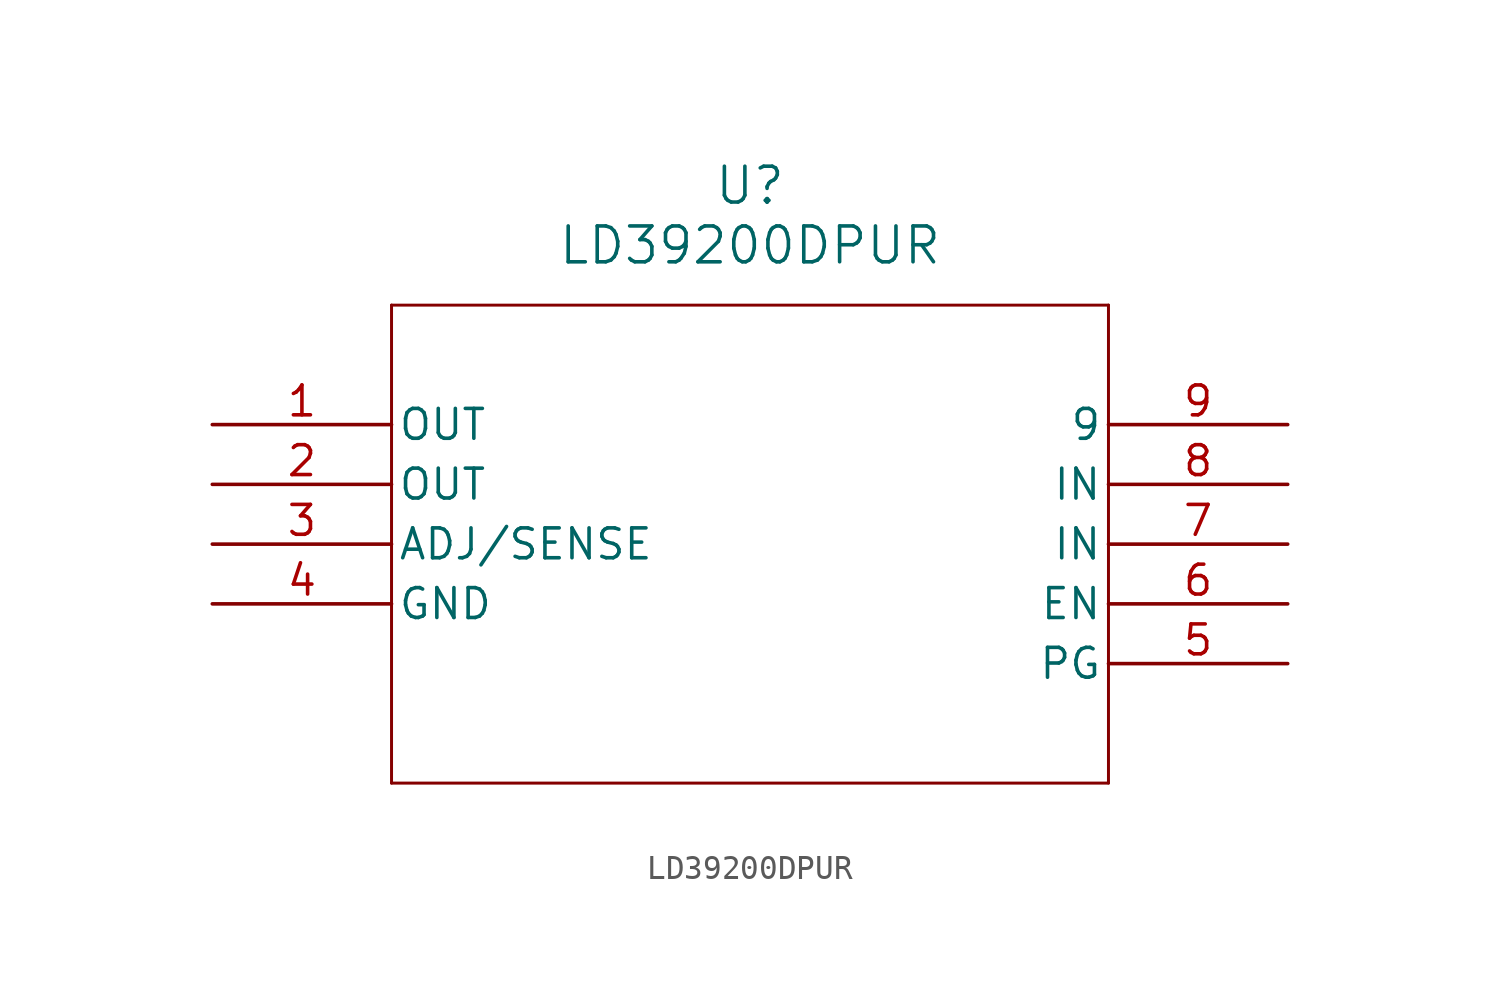
<source format=kicad_sym>
(kicad_symbol_lib
  (version 20241209)
  (generator "kicad_symbol_editor")
  (generator_version "9.0")
  (symbol "LD39200DPUR"
    (pin_names
      (offset 0.254))
    (property "Reference" "U"
      (at 22.86 10.16 0)
      (effects (font (size 1.524 1.524))))
    (property "Value" "LD39200DPUR"
      (at 22.86 7.62 0)
      (effects (font (size 1.524 1.524))))
    (symbol "LD39200DPUR_0_1"
      (polyline (pts (xy 7.62 5.08) (xy 7.62 -15.24)) (stroke (width 0.127) (type default)) (fill (type none)))
      (polyline (pts (xy 7.62 -15.24) (xy 38.1 -15.24)) (stroke (width 0.127) (type default)) (fill (type none)))
      (polyline (pts (xy 38.1 5.08) (xy 7.62 5.08)) (stroke (width 0.127) (type default)) (fill (type none)))
      (polyline (pts (xy 38.1 -15.24) (xy 38.1 5.08)) (stroke (width 0.127) (type default)) (fill (type none)))
      (pin output line (at 0 0 0) (length 7.62) (name "OUT" (effects (font (size 1.27 1.27)))) (number "1" (effects (font (size 1.27 1.27)))))
      (pin output line (at 0 -2.54 0) (length 7.62) (name "OUT" (effects (font (size 1.27 1.27)))) (number "2" (effects (font (size 1.27 1.27)))))
      (pin unspecified line (at 0 -5.08 0) (length 7.62) (name "ADJ/SENSE" (effects (font (size 1.27 1.27)))) (number "3" (effects (font (size 1.27 1.27)))))
      (pin power_out line (at 0 -7.62 0) (length 7.62) (name "GND" (effects (font (size 1.27 1.27)))) (number "4" (effects (font (size 1.27 1.27)))))
      (pin unspecified line (at 45.72 0 180) (length 7.62) (name "9" (effects (font (size 1.27 1.27)))) (number "9" (effects (font (size 1.27 1.27)))))
      (pin input line (at 45.72 -2.54 180) (length 7.62) (name "IN" (effects (font (size 1.27 1.27)))) (number "8" (effects (font (size 1.27 1.27)))))
      (pin input line (at 45.72 -5.08 180) (length 7.62) (name "IN" (effects (font (size 1.27 1.27)))) (number "7" (effects (font (size 1.27 1.27)))))
      (pin unspecified line (at 45.72 -7.62 180) (length 7.62) (name "EN" (effects (font (size 1.27 1.27)))) (number "6" (effects (font (size 1.27 1.27)))))
      (pin unspecified line (at 45.72 -10.16 180) (length 7.62) (name "PG" (effects (font (size 1.27 1.27)))) (number "5" (effects (font (size 1.27 1.27))))))))
</source>
